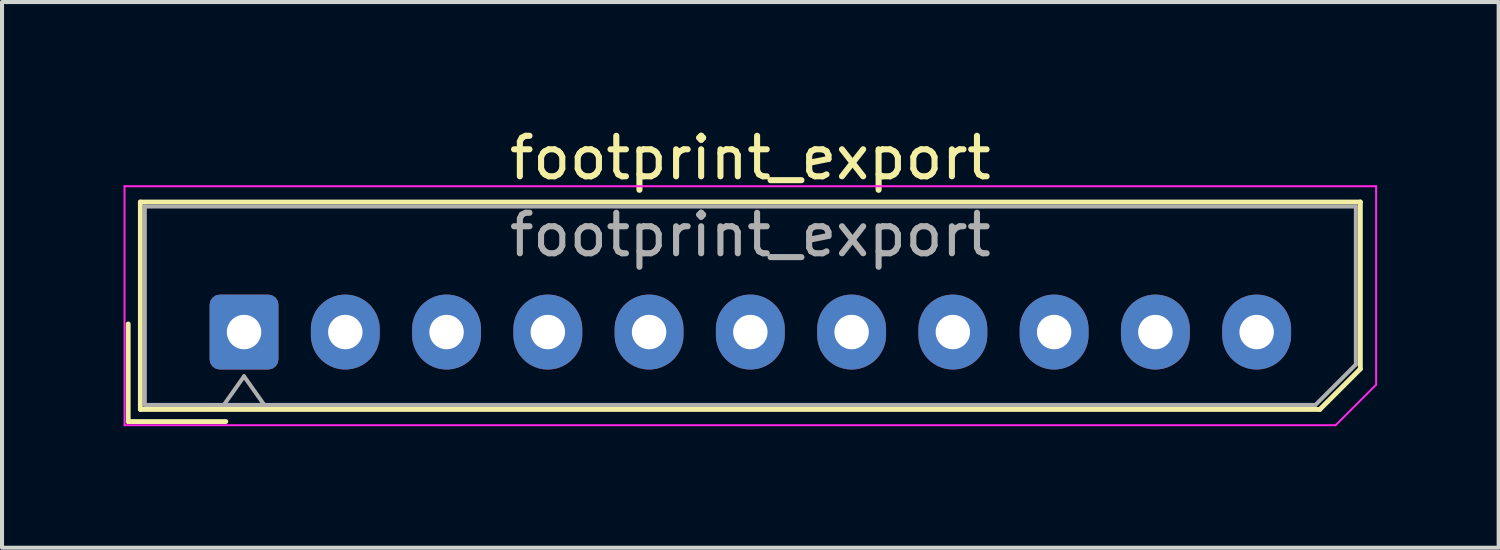
<source format=kicad_pcb>
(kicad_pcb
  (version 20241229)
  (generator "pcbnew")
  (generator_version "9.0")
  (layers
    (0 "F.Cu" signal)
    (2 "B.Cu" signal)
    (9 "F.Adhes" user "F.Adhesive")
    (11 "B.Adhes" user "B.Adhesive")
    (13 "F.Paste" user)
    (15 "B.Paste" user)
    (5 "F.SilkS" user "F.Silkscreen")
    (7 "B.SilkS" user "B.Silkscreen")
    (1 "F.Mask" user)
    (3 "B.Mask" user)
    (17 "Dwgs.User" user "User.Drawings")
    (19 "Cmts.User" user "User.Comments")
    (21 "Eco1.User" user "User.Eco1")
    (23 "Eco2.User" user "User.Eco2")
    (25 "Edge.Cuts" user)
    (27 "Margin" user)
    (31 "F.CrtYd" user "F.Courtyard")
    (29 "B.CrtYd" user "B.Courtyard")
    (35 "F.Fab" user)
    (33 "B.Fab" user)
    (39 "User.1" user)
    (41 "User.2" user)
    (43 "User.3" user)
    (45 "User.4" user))
  (footprint "footprint_export"
    (layer "F.Cu")
    (at 2.975 5.148)
    (property "Reference" "footprint_export" (at 12.5 -4.3 0) (layer "F.SilkS") (effects (font (size 1 1) (thickness 0.15))))
    (attr through_hole)
    (fp_line (start -2.86 -0.2) (end -2.86 2.21) (stroke (width 0.12) (type solid)) (layer "F.SilkS"))
    (fp_line (start -2.86 2.21) (end -0.45 2.21) (stroke (width 0.12) (type solid)) (layer "F.SilkS"))
    (fp_line (start -2.56 -3.21) (end -2.56 1.91) (stroke (width 0.12) (type solid)) (layer "F.SilkS"))
    (fp_line (start -2.56 1.91) (end 26.56 1.91) (stroke (width 0.12) (type solid)) (layer "F.SilkS"))
    (fp_line (start 26.56 1.91) (end 27.56 0.91) (stroke (width 0.12) (type solid)) (layer "F.SilkS"))
    (fp_line (start 27.56 -3.21) (end -2.56 -3.21) (stroke (width 0.12) (type solid)) (layer "F.SilkS"))
    (fp_line (start 27.56 0.91) (end 27.56 -3.21) (stroke (width 0.12) (type solid)) (layer "F.SilkS"))
    (fp_line (start -2.95 -3.6) (end -2.95 2.3) (stroke (width 0.05) (type solid)) (layer "F.CrtYd"))
    (fp_line (start -2.95 2.3) (end 26.95 2.3) (stroke (width 0.05) (type solid)) (layer "F.CrtYd"))
    (fp_line (start 26.95 2.3) (end 27.95 1.3) (stroke (width 0.05) (type solid)) (layer "F.CrtYd"))
    (fp_line (start 27.95 -3.6) (end -2.95 -3.6) (stroke (width 0.05) (type solid)) (layer "F.CrtYd"))
    (fp_line (start 27.95 1.3) (end 27.95 -3.6) (stroke (width 0.05) (type solid)) (layer "F.CrtYd"))
    (fp_line (start -2.45 -3.1) (end -2.45 1.8) (stroke (width 0.1) (type solid)) (layer "F.Fab"))
    (fp_line (start -2.45 1.8) (end 26.45 1.8) (stroke (width 0.1) (type solid)) (layer "F.Fab"))
    (fp_line (start -0.5 1.8) (end 0 1.093) (stroke (width 0.1) (type solid)) (layer "F.Fab"))
    (fp_line (start 0 1.093) (end 0.5 1.8) (stroke (width 0.1) (type solid)) (layer "F.Fab"))
    (fp_line (start 26.45 1.8) (end 27.45 0.8) (stroke (width 0.1) (type solid)) (layer "F.Fab"))
    (fp_line (start 27.45 -3.1) (end -2.45 -3.1) (stroke (width 0.1) (type solid)) (layer "F.Fab"))
    (fp_line (start 27.45 0.8) (end 27.45 -3.1) (stroke (width 0.1) (type solid)) (layer "F.Fab"))
    (fp_text user "${REFERENCE}" (at 12.5 -2.4 0) (layer "F.Fab") (effects (font (size 1 1) (thickness 0.15))))
    (pad "1" thru_hole roundrect (at 0 0) (size 1.7 1.85) (drill 0.85) (layers "*.Cu" "*.Mask") (roundrect_rratio 0.147))
    (pad "2" thru_hole oval (at 2.5 0) (size 1.7 1.85) (drill 0.85) (layers "*.Cu" "*.Mask"))
    (pad "3" thru_hole oval (at 5 0) (size 1.7 1.85) (drill 0.85) (layers "*.Cu" "*.Mask"))
    (pad "4" thru_hole oval (at 7.5 0) (size 1.7 1.85) (drill 0.85) (layers "*.Cu" "*.Mask"))
    (pad "5" thru_hole oval (at 10 0) (size 1.7 1.85) (drill 0.85) (layers "*.Cu" "*.Mask"))
    (pad "6" thru_hole oval (at 12.5 0) (size 1.7 1.85) (drill 0.85) (layers "*.Cu" "*.Mask"))
    (pad "7" thru_hole oval (at 15 0) (size 1.7 1.85) (drill 0.85) (layers "*.Cu" "*.Mask"))
    (pad "8" thru_hole oval (at 17.5 0) (size 1.7 1.85) (drill 0.85) (layers "*.Cu" "*.Mask"))
    (pad "9" thru_hole oval (at 20 0) (size 1.7 1.85) (drill 0.85) (layers "*.Cu" "*.Mask"))
    (pad "10" thru_hole oval (at 22.5 0) (size 1.7 1.85) (drill 0.85) (layers "*.Cu" "*.Mask"))
    (pad "11" thru_hole oval (at 25 0) (size 1.7 1.85) (drill 0.85) (layers "*.Cu" "*.Mask")))
  (gr_rect
    (start -3 -3)
    (end 33.95 10.473)
    (stroke (width 0.1) (type default))
    (fill no)
    (layer "Edge.Cuts")))
</source>
